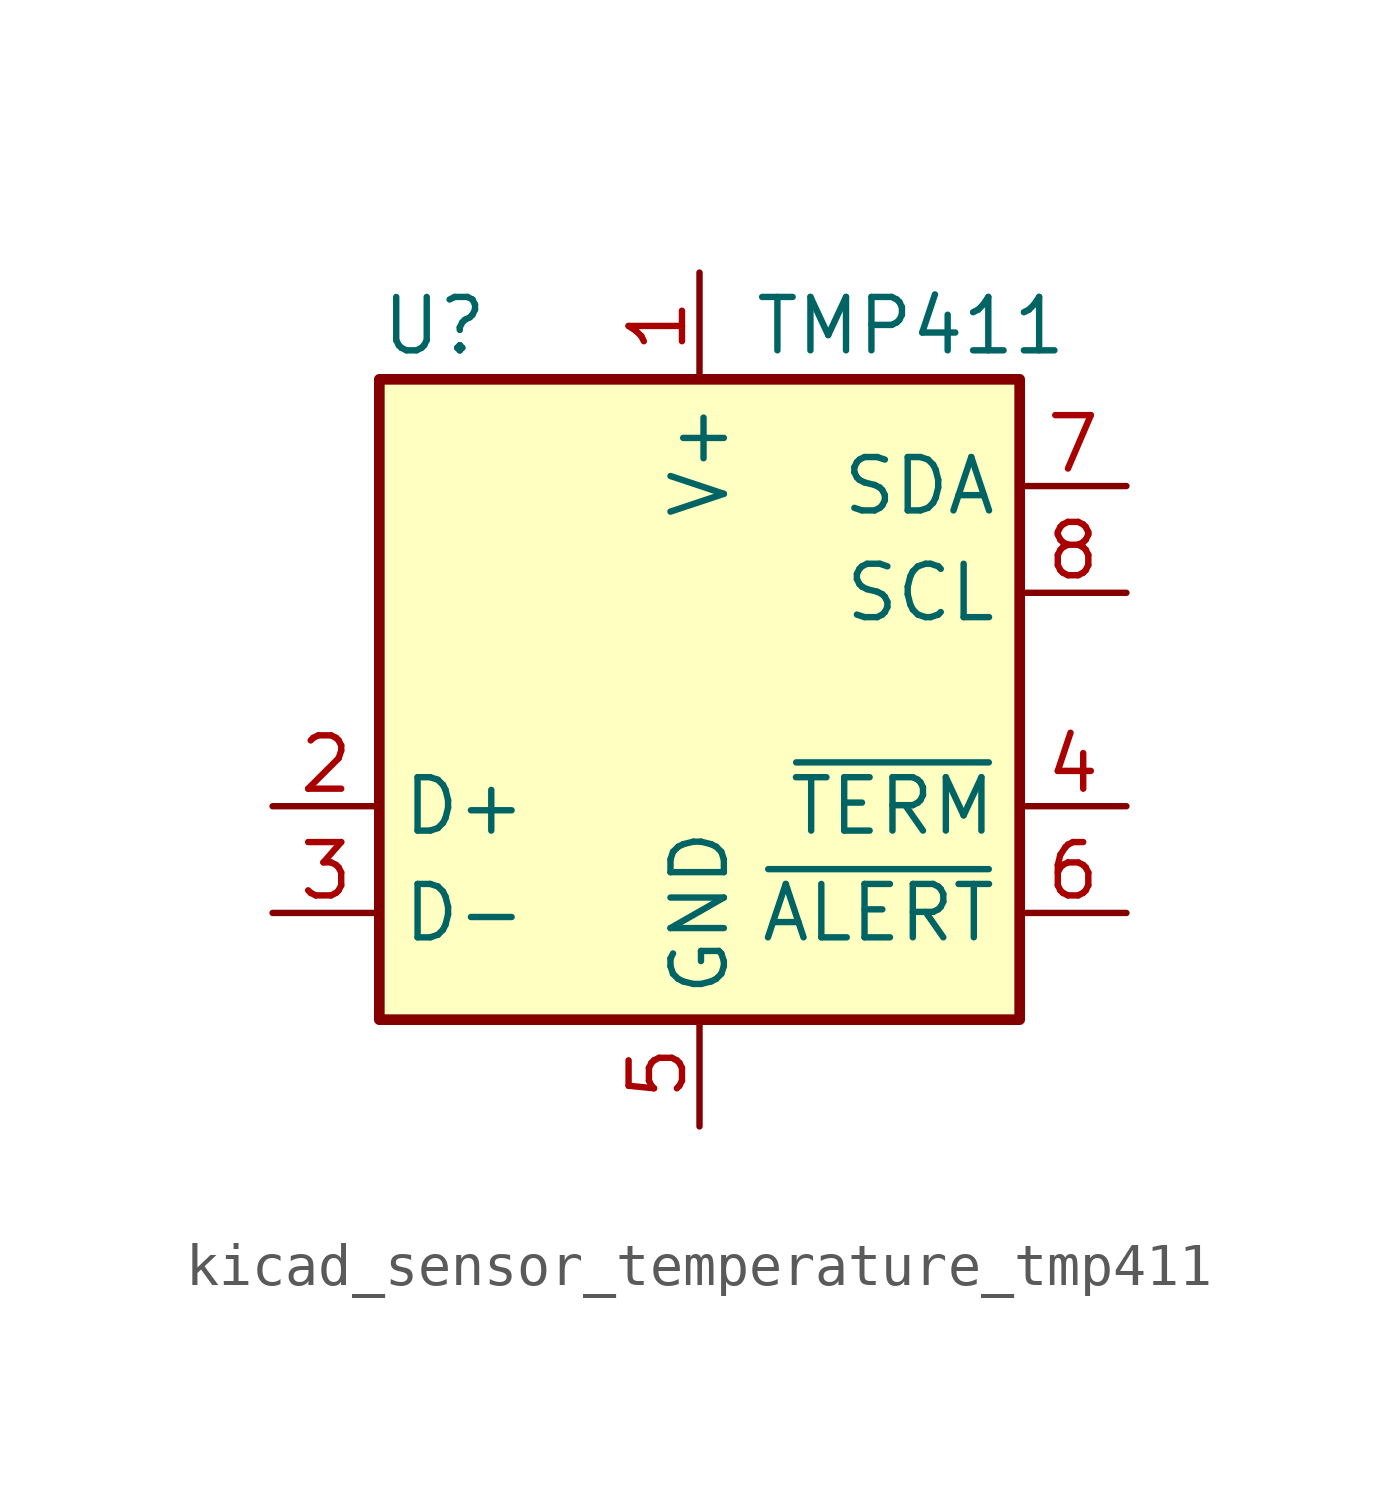
<source format=kicad_sym>
(kicad_symbol_lib
  (version 20220914)
  (generator kicad_symbol_editor)
  (symbol "kicad_sensor_temperature_tmp411"
    (property "Reference" "U"
      (at -7.62 8.89 0)
      (effects (font (size 1.27 1.27)) (justify left)))
    (property "Value" "TMP411"
      (at 1.27 8.89 0)
      (effects (font (size 1.27 1.27)) (justify left)))
    (symbol "kicad_sensor_temperature_tmp411_0_1"
      (rectangle (start -7.62 7.62) (end 7.62 -7.62) (stroke (width 0.254) (type default)) (fill (type background))))
    (symbol "kicad_sensor_temperature_tmp411_1_1"
      (pin power_in line (at 0 10.16 270) (length 2.54) (name "V+" (effects (font (size 1.27 1.27)))) (number "1" (effects (font (size 1.27 1.27)))))
      (pin passive line (at -10.16 -2.54 0) (length 2.54) (name "D+" (effects (font (size 1.27 1.27)))) (number "2" (effects (font (size 1.27 1.27)))))
      (pin passive line (at -10.16 -5.08 0) (length 2.54) (name "D-" (effects (font (size 1.27 1.27)))) (number "3" (effects (font (size 1.27 1.27)))))
      (pin open_collector line (at 10.16 -2.54 180) (length 2.54) (name "~{TERM}" (effects (font (size 1.27 1.27)))) (number "4" (effects (font (size 1.27 1.27)))))
      (pin power_in line (at 0 -10.16 90) (length 2.54) (name "GND" (effects (font (size 1.27 1.27)))) (number "5" (effects (font (size 1.27 1.27)))))
      (pin open_collector line (at 10.16 -5.08 180) (length 2.54) (name "~{ALERT}" (effects (font (size 1.27 1.27)))) (number "6" (effects (font (size 1.27 1.27)))))
      (pin bidirectional line (at 10.16 5.08 180) (length 2.54) (name "SDA" (effects (font (size 1.27 1.27)))) (number "7" (effects (font (size 1.27 1.27)))))
      (pin input line (at 10.16 2.54 180) (length 2.54) (name "SCL" (effects (font (size 1.27 1.27)))) (number "8" (effects (font (size 1.27 1.27))))))))
</source>
